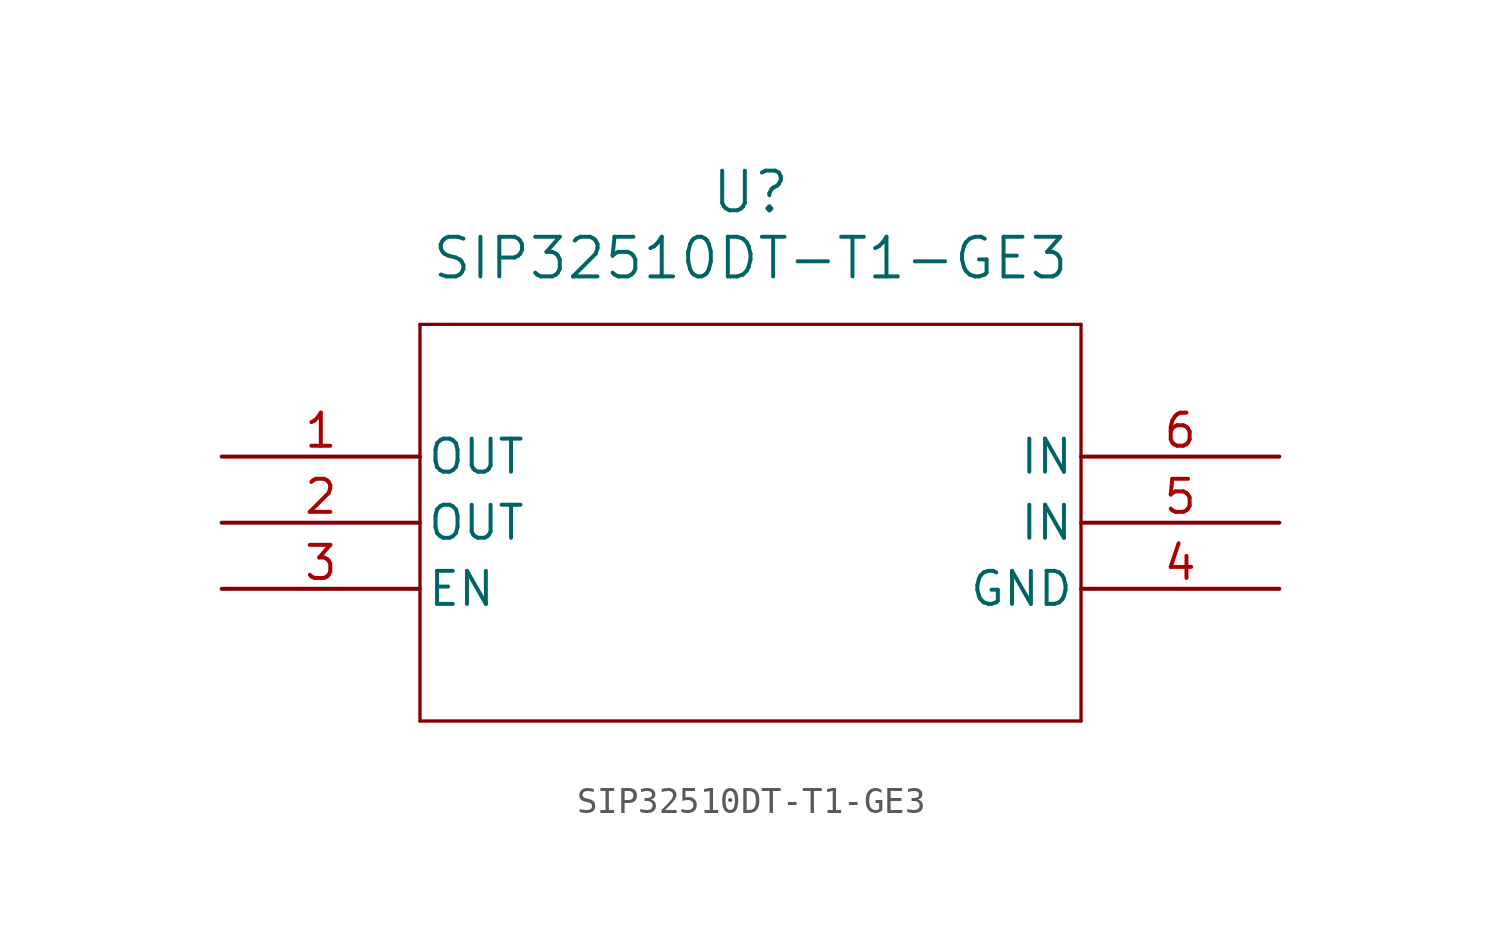
<source format=kicad_sym>
(kicad_symbol_lib
  (version 20211014)
  (generator kicad_symbol_editor)
  (symbol "SIP32510DT-T1-GE3"
    (pin_names
      (offset 0.254))
    (property "Reference" "U"
      (at 20.32 10.16 0)
      (effects (font (size 1.524 1.524))))
    (property "Value" "SIP32510DT-T1-GE3"
      (at 20.32 7.62 0)
      (effects (font (size 1.524 1.524))))
    (symbol "SIP32510DT-T1-GE3_0_1"
      (polyline (pts (xy 7.62 5.08) (xy 7.62 -10.16)) (stroke (width 0.127) (type default) (color 0 0 0 0)) (fill (type none)))
      (polyline (pts (xy 7.62 -10.16) (xy 33.02 -10.16)) (stroke (width 0.127) (type default) (color 0 0 0 0)) (fill (type none)))
      (polyline (pts (xy 33.02 -10.16) (xy 33.02 5.08)) (stroke (width 0.127) (type default) (color 0 0 0 0)) (fill (type none)))
      (polyline (pts (xy 33.02 5.08) (xy 7.62 5.08)) (stroke (width 0.127) (type default) (color 0 0 0 0)) (fill (type none)))
      (pin output line (at 0 0 0) (length 7.62) (name "OUT" (effects (font (size 1.27 1.27)))) (number "1" (effects (font (size 1.27 1.27)))))
      (pin output line (at 0 -2.54 0) (length 7.62) (name "OUT" (effects (font (size 1.27 1.27)))) (number "2" (effects (font (size 1.27 1.27)))))
      (pin unspecified line (at 0 -5.08 0) (length 7.62) (name "EN" (effects (font (size 1.27 1.27)))) (number "3" (effects (font (size 1.27 1.27)))))
      (pin power_out line (at 40.64 -5.08 180) (length 7.62) (name "GND" (effects (font (size 1.27 1.27)))) (number "4" (effects (font (size 1.27 1.27)))))
      (pin input line (at 40.64 -2.54 180) (length 7.62) (name "IN" (effects (font (size 1.27 1.27)))) (number "5" (effects (font (size 1.27 1.27)))))
      (pin input line (at 40.64 0 180) (length 7.62) (name "IN" (effects (font (size 1.27 1.27)))) (number "6" (effects (font (size 1.27 1.27))))))))
</source>
